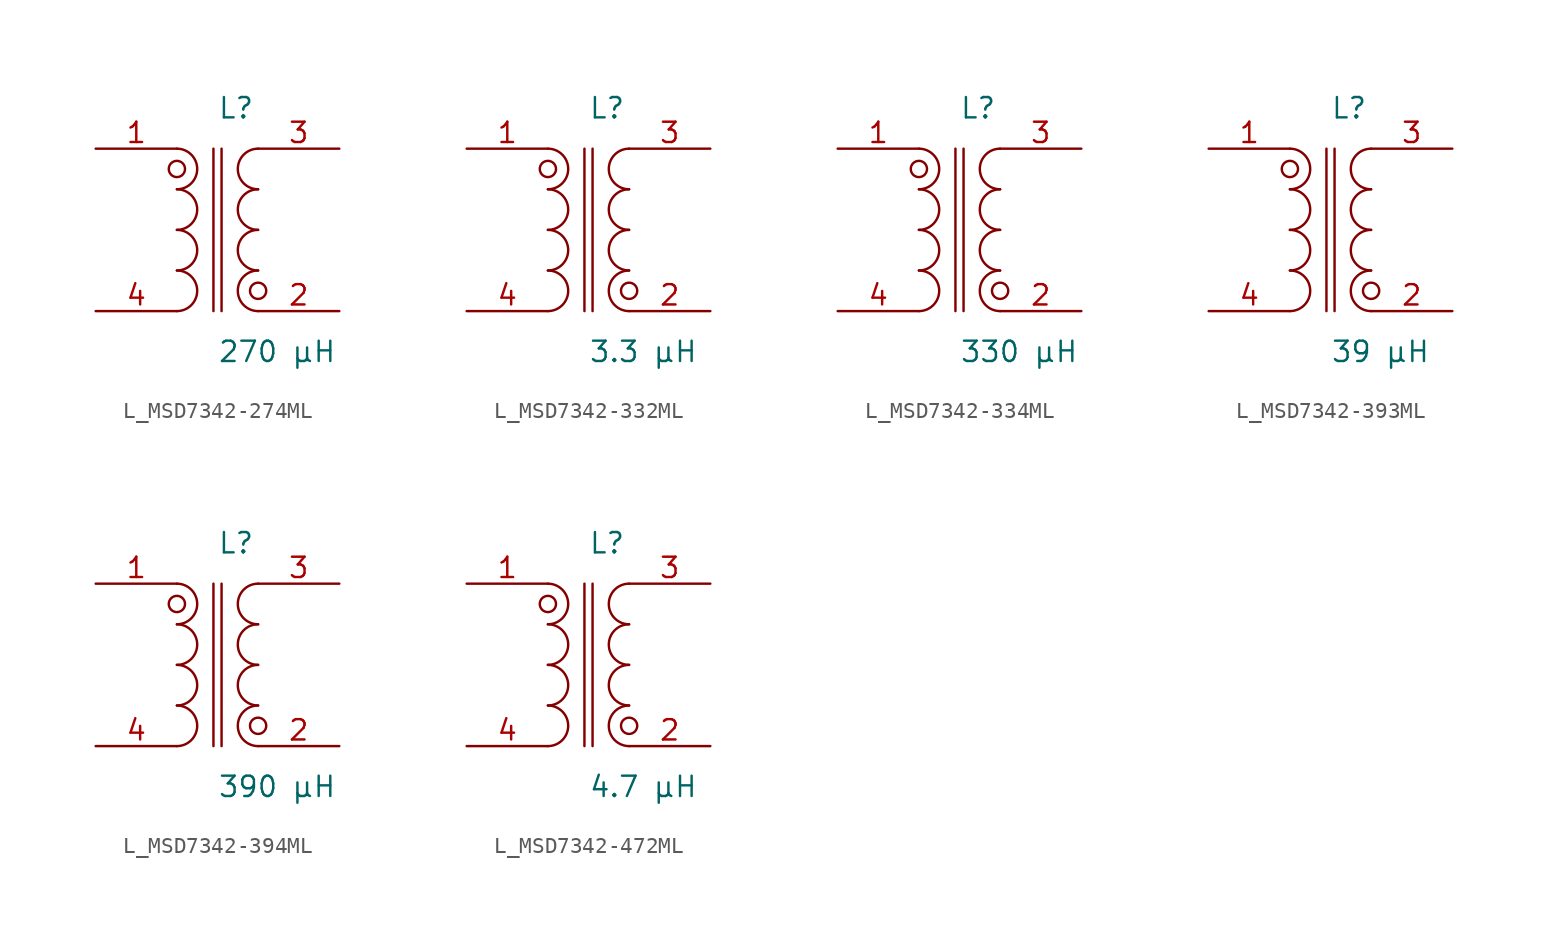
<source format=kicad_sym>
(kicad_symbol_lib
  (version 20231120)
  (generator kicad_symbol_editor)
  (generator_version 8.0)
  (symbol "L_MSD7342-274ML"
    (pin_names
      (offset 0.254))
    (property "Reference" "L"
      (at 0.0 7.62 0)
      (effects (font (size 1.27 1.27)) (justify left)))
    (property "Value" "270 µH"
      (at 0.0 -7.62 0)
      (effects (font (size 1.27 1.27)) (justify left)))
    (symbol "L_MSD7342-274ML_1_1"
      (arc (start -2.54 -5.08) (mid -1.27 -3.81) (end -2.54 -2.54) (stroke (width 0) (type default)) (fill (type none)))
      (arc (start -2.54 -2.54) (mid -1.27 -1.27) (end -2.54 0.0) (stroke (width 0) (type default)) (fill (type none)))
      (arc (start -2.54 0.0) (mid -1.27 1.27) (end -2.54 2.54) (stroke (width 0) (type default)) (fill (type none)))
      (arc (start -2.54 2.54) (mid -1.27 3.81) (end -2.54 5.08) (stroke (width 0) (type default)) (fill (type none)))
      (arc (start 2.54 5.08) (mid 1.27 3.81) (end 2.54 2.54) (stroke (width 0) (type default)) (fill (type none)))
      (arc (start 2.54 2.54) (mid 1.27 1.27) (end 2.54 0.0) (stroke (width 0) (type default)) (fill (type none)))
      (arc (start 2.54 0.0) (mid 1.27 -1.27) (end 2.54 -2.54) (stroke (width 0) (type default)) (fill (type none)))
      (arc (start 2.54 -2.54) (mid 1.27 -3.81) (end 2.54 -5.08) (stroke (width 0) (type default)) (fill (type none)))
      (circle (center -2.54 3.81) (radius 0.508) (stroke (width 0) (type default)) (fill (type none)))
      (circle (center 2.54 -3.81) (radius 0.508) (stroke (width 0) (type default)) (fill (type none)))
      (polyline (pts (xy -0.254 5.08) (xy -0.254 -5.08)) (stroke (width 0) (type default)) (fill (type none)))
      (polyline (pts (xy 0.254 5.08) (xy 0.254 -5.08)) (stroke (width 0) (type default)) (fill (type none)))
      (pin unspecified line (at -7.62 5.08 0) (length 5.08) (name "" (effects (font (size 1.27 1.27)))) (number "1" (effects (font (size 1.27 1.27)))))
      (pin unspecified line (at -7.62 -5.08 0) (length 5.08) (name "" (effects (font (size 1.27 1.27)))) (number "4" (effects (font (size 1.27 1.27)))))
      (pin unspecified line (at 7.62 5.08 180) (length 5.08) (name "" (effects (font (size 1.27 1.27)))) (number "3" (effects (font (size 1.27 1.27)))))
      (pin unspecified line (at 7.62 -5.08 180) (length 5.08) (name "" (effects (font (size 1.27 1.27)))) (number "2" (effects (font (size 1.27 1.27)))))))
  (symbol "L_MSD7342-332ML"
    (pin_names
      (offset 0.254))
    (property "Reference" "L"
      (at 0.0 7.62 0)
      (effects (font (size 1.27 1.27)) (justify left)))
    (property "Value" "3.3 µH"
      (at 0.0 -7.62 0)
      (effects (font (size 1.27 1.27)) (justify left)))
    (symbol "L_MSD7342-332ML_1_1"
      (arc (start -2.54 -5.08) (mid -1.27 -3.81) (end -2.54 -2.54) (stroke (width 0) (type default)) (fill (type none)))
      (arc (start -2.54 -2.54) (mid -1.27 -1.27) (end -2.54 0.0) (stroke (width 0) (type default)) (fill (type none)))
      (arc (start -2.54 0.0) (mid -1.27 1.27) (end -2.54 2.54) (stroke (width 0) (type default)) (fill (type none)))
      (arc (start -2.54 2.54) (mid -1.27 3.81) (end -2.54 5.08) (stroke (width 0) (type default)) (fill (type none)))
      (arc (start 2.54 5.08) (mid 1.27 3.81) (end 2.54 2.54) (stroke (width 0) (type default)) (fill (type none)))
      (arc (start 2.54 2.54) (mid 1.27 1.27) (end 2.54 0.0) (stroke (width 0) (type default)) (fill (type none)))
      (arc (start 2.54 0.0) (mid 1.27 -1.27) (end 2.54 -2.54) (stroke (width 0) (type default)) (fill (type none)))
      (arc (start 2.54 -2.54) (mid 1.27 -3.81) (end 2.54 -5.08) (stroke (width 0) (type default)) (fill (type none)))
      (circle (center -2.54 3.81) (radius 0.508) (stroke (width 0) (type default)) (fill (type none)))
      (circle (center 2.54 -3.81) (radius 0.508) (stroke (width 0) (type default)) (fill (type none)))
      (polyline (pts (xy -0.254 5.08) (xy -0.254 -5.08)) (stroke (width 0) (type default)) (fill (type none)))
      (polyline (pts (xy 0.254 5.08) (xy 0.254 -5.08)) (stroke (width 0) (type default)) (fill (type none)))
      (pin unspecified line (at -7.62 5.08 0) (length 5.08) (name "" (effects (font (size 1.27 1.27)))) (number "1" (effects (font (size 1.27 1.27)))))
      (pin unspecified line (at -7.62 -5.08 0) (length 5.08) (name "" (effects (font (size 1.27 1.27)))) (number "4" (effects (font (size 1.27 1.27)))))
      (pin unspecified line (at 7.62 5.08 180) (length 5.08) (name "" (effects (font (size 1.27 1.27)))) (number "3" (effects (font (size 1.27 1.27)))))
      (pin unspecified line (at 7.62 -5.08 180) (length 5.08) (name "" (effects (font (size 1.27 1.27)))) (number "2" (effects (font (size 1.27 1.27)))))))
  (symbol "L_MSD7342-334ML"
    (pin_names
      (offset 0.254))
    (property "Reference" "L"
      (at 0.0 7.62 0)
      (effects (font (size 1.27 1.27)) (justify left)))
    (property "Value" "330 µH"
      (at 0.0 -7.62 0)
      (effects (font (size 1.27 1.27)) (justify left)))
    (symbol "L_MSD7342-334ML_1_1"
      (arc (start -2.54 -5.08) (mid -1.27 -3.81) (end -2.54 -2.54) (stroke (width 0) (type default)) (fill (type none)))
      (arc (start -2.54 -2.54) (mid -1.27 -1.27) (end -2.54 0.0) (stroke (width 0) (type default)) (fill (type none)))
      (arc (start -2.54 0.0) (mid -1.27 1.27) (end -2.54 2.54) (stroke (width 0) (type default)) (fill (type none)))
      (arc (start -2.54 2.54) (mid -1.27 3.81) (end -2.54 5.08) (stroke (width 0) (type default)) (fill (type none)))
      (arc (start 2.54 5.08) (mid 1.27 3.81) (end 2.54 2.54) (stroke (width 0) (type default)) (fill (type none)))
      (arc (start 2.54 2.54) (mid 1.27 1.27) (end 2.54 0.0) (stroke (width 0) (type default)) (fill (type none)))
      (arc (start 2.54 0.0) (mid 1.27 -1.27) (end 2.54 -2.54) (stroke (width 0) (type default)) (fill (type none)))
      (arc (start 2.54 -2.54) (mid 1.27 -3.81) (end 2.54 -5.08) (stroke (width 0) (type default)) (fill (type none)))
      (circle (center -2.54 3.81) (radius 0.508) (stroke (width 0) (type default)) (fill (type none)))
      (circle (center 2.54 -3.81) (radius 0.508) (stroke (width 0) (type default)) (fill (type none)))
      (polyline (pts (xy -0.254 5.08) (xy -0.254 -5.08)) (stroke (width 0) (type default)) (fill (type none)))
      (polyline (pts (xy 0.254 5.08) (xy 0.254 -5.08)) (stroke (width 0) (type default)) (fill (type none)))
      (pin unspecified line (at -7.62 5.08 0) (length 5.08) (name "" (effects (font (size 1.27 1.27)))) (number "1" (effects (font (size 1.27 1.27)))))
      (pin unspecified line (at -7.62 -5.08 0) (length 5.08) (name "" (effects (font (size 1.27 1.27)))) (number "4" (effects (font (size 1.27 1.27)))))
      (pin unspecified line (at 7.62 5.08 180) (length 5.08) (name "" (effects (font (size 1.27 1.27)))) (number "3" (effects (font (size 1.27 1.27)))))
      (pin unspecified line (at 7.62 -5.08 180) (length 5.08) (name "" (effects (font (size 1.27 1.27)))) (number "2" (effects (font (size 1.27 1.27)))))))
  (symbol "L_MSD7342-393ML"
    (pin_names
      (offset 0.254))
    (property "Reference" "L"
      (at 0.0 7.62 0)
      (effects (font (size 1.27 1.27)) (justify left)))
    (property "Value" "39 µH"
      (at 0.0 -7.62 0)
      (effects (font (size 1.27 1.27)) (justify left)))
    (symbol "L_MSD7342-393ML_1_1"
      (arc (start -2.54 -5.08) (mid -1.27 -3.81) (end -2.54 -2.54) (stroke (width 0) (type default)) (fill (type none)))
      (arc (start -2.54 -2.54) (mid -1.27 -1.27) (end -2.54 0.0) (stroke (width 0) (type default)) (fill (type none)))
      (arc (start -2.54 0.0) (mid -1.27 1.27) (end -2.54 2.54) (stroke (width 0) (type default)) (fill (type none)))
      (arc (start -2.54 2.54) (mid -1.27 3.81) (end -2.54 5.08) (stroke (width 0) (type default)) (fill (type none)))
      (arc (start 2.54 5.08) (mid 1.27 3.81) (end 2.54 2.54) (stroke (width 0) (type default)) (fill (type none)))
      (arc (start 2.54 2.54) (mid 1.27 1.27) (end 2.54 0.0) (stroke (width 0) (type default)) (fill (type none)))
      (arc (start 2.54 0.0) (mid 1.27 -1.27) (end 2.54 -2.54) (stroke (width 0) (type default)) (fill (type none)))
      (arc (start 2.54 -2.54) (mid 1.27 -3.81) (end 2.54 -5.08) (stroke (width 0) (type default)) (fill (type none)))
      (circle (center -2.54 3.81) (radius 0.508) (stroke (width 0) (type default)) (fill (type none)))
      (circle (center 2.54 -3.81) (radius 0.508) (stroke (width 0) (type default)) (fill (type none)))
      (polyline (pts (xy -0.254 5.08) (xy -0.254 -5.08)) (stroke (width 0) (type default)) (fill (type none)))
      (polyline (pts (xy 0.254 5.08) (xy 0.254 -5.08)) (stroke (width 0) (type default)) (fill (type none)))
      (pin unspecified line (at -7.62 5.08 0) (length 5.08) (name "" (effects (font (size 1.27 1.27)))) (number "1" (effects (font (size 1.27 1.27)))))
      (pin unspecified line (at -7.62 -5.08 0) (length 5.08) (name "" (effects (font (size 1.27 1.27)))) (number "4" (effects (font (size 1.27 1.27)))))
      (pin unspecified line (at 7.62 5.08 180) (length 5.08) (name "" (effects (font (size 1.27 1.27)))) (number "3" (effects (font (size 1.27 1.27)))))
      (pin unspecified line (at 7.62 -5.08 180) (length 5.08) (name "" (effects (font (size 1.27 1.27)))) (number "2" (effects (font (size 1.27 1.27)))))))
  (symbol "L_MSD7342-394ML"
    (pin_names
      (offset 0.254))
    (property "Reference" "L"
      (at 0.0 7.62 0)
      (effects (font (size 1.27 1.27)) (justify left)))
    (property "Value" "390 µH"
      (at 0.0 -7.62 0)
      (effects (font (size 1.27 1.27)) (justify left)))
    (symbol "L_MSD7342-394ML_1_1"
      (arc (start -2.54 -5.08) (mid -1.27 -3.81) (end -2.54 -2.54) (stroke (width 0) (type default)) (fill (type none)))
      (arc (start -2.54 -2.54) (mid -1.27 -1.27) (end -2.54 0.0) (stroke (width 0) (type default)) (fill (type none)))
      (arc (start -2.54 0.0) (mid -1.27 1.27) (end -2.54 2.54) (stroke (width 0) (type default)) (fill (type none)))
      (arc (start -2.54 2.54) (mid -1.27 3.81) (end -2.54 5.08) (stroke (width 0) (type default)) (fill (type none)))
      (arc (start 2.54 5.08) (mid 1.27 3.81) (end 2.54 2.54) (stroke (width 0) (type default)) (fill (type none)))
      (arc (start 2.54 2.54) (mid 1.27 1.27) (end 2.54 0.0) (stroke (width 0) (type default)) (fill (type none)))
      (arc (start 2.54 0.0) (mid 1.27 -1.27) (end 2.54 -2.54) (stroke (width 0) (type default)) (fill (type none)))
      (arc (start 2.54 -2.54) (mid 1.27 -3.81) (end 2.54 -5.08) (stroke (width 0) (type default)) (fill (type none)))
      (circle (center -2.54 3.81) (radius 0.508) (stroke (width 0) (type default)) (fill (type none)))
      (circle (center 2.54 -3.81) (radius 0.508) (stroke (width 0) (type default)) (fill (type none)))
      (polyline (pts (xy -0.254 5.08) (xy -0.254 -5.08)) (stroke (width 0) (type default)) (fill (type none)))
      (polyline (pts (xy 0.254 5.08) (xy 0.254 -5.08)) (stroke (width 0) (type default)) (fill (type none)))
      (pin unspecified line (at -7.62 5.08 0) (length 5.08) (name "" (effects (font (size 1.27 1.27)))) (number "1" (effects (font (size 1.27 1.27)))))
      (pin unspecified line (at -7.62 -5.08 0) (length 5.08) (name "" (effects (font (size 1.27 1.27)))) (number "4" (effects (font (size 1.27 1.27)))))
      (pin unspecified line (at 7.62 5.08 180) (length 5.08) (name "" (effects (font (size 1.27 1.27)))) (number "3" (effects (font (size 1.27 1.27)))))
      (pin unspecified line (at 7.62 -5.08 180) (length 5.08) (name "" (effects (font (size 1.27 1.27)))) (number "2" (effects (font (size 1.27 1.27)))))))
  (symbol "L_MSD7342-472ML"
    (pin_names
      (offset 0.254))
    (property "Reference" "L"
      (at 0.0 7.62 0)
      (effects (font (size 1.27 1.27)) (justify left)))
    (property "Value" "4.7 µH"
      (at 0.0 -7.62 0)
      (effects (font (size 1.27 1.27)) (justify left)))
    (symbol "L_MSD7342-472ML_1_1"
      (arc (start -2.54 -5.08) (mid -1.27 -3.81) (end -2.54 -2.54) (stroke (width 0) (type default)) (fill (type none)))
      (arc (start -2.54 -2.54) (mid -1.27 -1.27) (end -2.54 0.0) (stroke (width 0) (type default)) (fill (type none)))
      (arc (start -2.54 0.0) (mid -1.27 1.27) (end -2.54 2.54) (stroke (width 0) (type default)) (fill (type none)))
      (arc (start -2.54 2.54) (mid -1.27 3.81) (end -2.54 5.08) (stroke (width 0) (type default)) (fill (type none)))
      (arc (start 2.54 5.08) (mid 1.27 3.81) (end 2.54 2.54) (stroke (width 0) (type default)) (fill (type none)))
      (arc (start 2.54 2.54) (mid 1.27 1.27) (end 2.54 0.0) (stroke (width 0) (type default)) (fill (type none)))
      (arc (start 2.54 0.0) (mid 1.27 -1.27) (end 2.54 -2.54) (stroke (width 0) (type default)) (fill (type none)))
      (arc (start 2.54 -2.54) (mid 1.27 -3.81) (end 2.54 -5.08) (stroke (width 0) (type default)) (fill (type none)))
      (circle (center -2.54 3.81) (radius 0.508) (stroke (width 0) (type default)) (fill (type none)))
      (circle (center 2.54 -3.81) (radius 0.508) (stroke (width 0) (type default)) (fill (type none)))
      (polyline (pts (xy -0.254 5.08) (xy -0.254 -5.08)) (stroke (width 0) (type default)) (fill (type none)))
      (polyline (pts (xy 0.254 5.08) (xy 0.254 -5.08)) (stroke (width 0) (type default)) (fill (type none)))
      (pin unspecified line (at -7.62 5.08 0) (length 5.08) (name "" (effects (font (size 1.27 1.27)))) (number "1" (effects (font (size 1.27 1.27)))))
      (pin unspecified line (at -7.62 -5.08 0) (length 5.08) (name "" (effects (font (size 1.27 1.27)))) (number "4" (effects (font (size 1.27 1.27)))))
      (pin unspecified line (at 7.62 5.08 180) (length 5.08) (name "" (effects (font (size 1.27 1.27)))) (number "3" (effects (font (size 1.27 1.27)))))
      (pin unspecified line (at 7.62 -5.08 180) (length 5.08) (name "" (effects (font (size 1.27 1.27)))) (number "2" (effects (font (size 1.27 1.27))))))))
</source>
